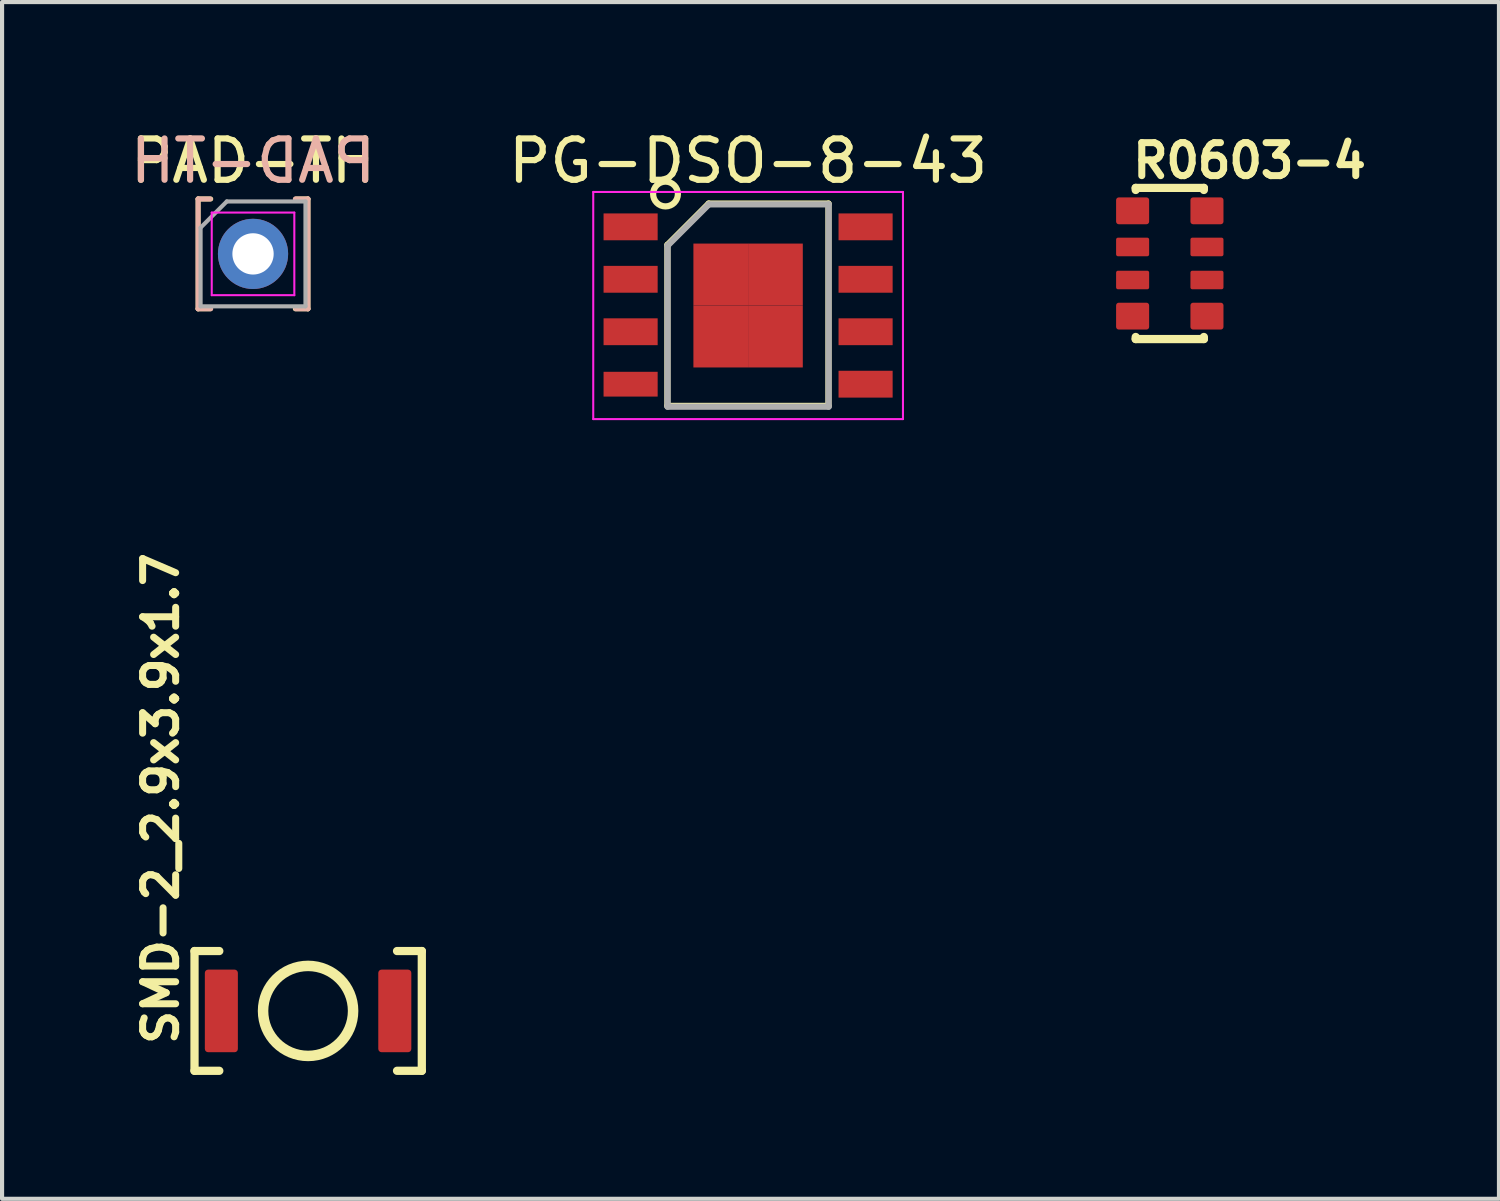
<source format=kicad_pcb>
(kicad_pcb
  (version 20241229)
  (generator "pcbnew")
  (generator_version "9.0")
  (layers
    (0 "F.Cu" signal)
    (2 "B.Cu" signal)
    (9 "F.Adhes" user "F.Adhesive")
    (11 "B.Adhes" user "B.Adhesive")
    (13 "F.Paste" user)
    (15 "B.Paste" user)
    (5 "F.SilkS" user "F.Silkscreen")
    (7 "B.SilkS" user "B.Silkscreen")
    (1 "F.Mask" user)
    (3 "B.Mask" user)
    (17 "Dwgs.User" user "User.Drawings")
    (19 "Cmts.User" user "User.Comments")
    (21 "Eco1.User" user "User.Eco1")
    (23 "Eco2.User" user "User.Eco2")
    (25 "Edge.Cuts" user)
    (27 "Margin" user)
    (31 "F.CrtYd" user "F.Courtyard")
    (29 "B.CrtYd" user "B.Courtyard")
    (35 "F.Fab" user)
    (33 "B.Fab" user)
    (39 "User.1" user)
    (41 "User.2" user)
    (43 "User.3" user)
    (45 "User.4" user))
  (footprint "PAD-TH"
    (layer "F.Cu")
    (at 3.077 3.098)
    (property "Reference" "PAD-TH" (at 0 -2.25 0) (layer "F.SilkS") (effects (font (size 1 1) (thickness 0.15))))
    (attr through_hole)
    (fp_line (start -1.33 -1.33) (end -1.33 1.33) (stroke (width 0.12) (type solid)) (layer "F.SilkS"))
    (fp_line (start -1.036 1.33) (end -1.33 1.33) (stroke (width 0.12) (type solid)) (layer "F.SilkS"))
    (fp_line (start -1.024 -1.33) (end -1.33 -1.33) (stroke (width 0.12) (type solid)) (layer "F.SilkS"))
    (fp_line (start 1.024 1.33) (end 1.33 1.33) (stroke (width 0.12) (type solid)) (layer "F.SilkS"))
    (fp_line (start 1.036 -1.33) (end 1.33 -1.33) (stroke (width 0.12) (type solid)) (layer "F.SilkS"))
    (fp_line (start 1.33 1.33) (end 1.33 -1.33) (stroke (width 0.12) (type solid)) (layer "F.SilkS"))
    (fp_line (start -1.33 1.33) (end -1.33 -1.33) (stroke (width 0.12) (type solid)) (layer "B.SilkS"))
    (fp_line (start -1.036 -1.33) (end -1.33 -1.33) (stroke (width 0.12) (type solid)) (layer "B.SilkS"))
    (fp_line (start -1.024 1.33) (end -1.33 1.33) (stroke (width 0.12) (type solid)) (layer "B.SilkS"))
    (fp_line (start 1.024 -1.33) (end 1.33 -1.33) (stroke (width 0.12) (type solid)) (layer "B.SilkS"))
    (fp_line (start 1.036 1.33) (end 1.33 1.33) (stroke (width 0.12) (type solid)) (layer "B.SilkS"))
    (fp_line (start 1.33 -1.33) (end 1.33 1.33) (stroke (width 0.12) (type solid)) (layer "B.SilkS"))
    (fp_line (start -1 -1) (end -1 1) (stroke (width 0.05) (type solid)) (layer "F.CrtYd"))
    (fp_line (start -1 1) (end 1 1) (stroke (width 0.05) (type solid)) (layer "F.CrtYd"))
    (fp_line (start 1 -1) (end -1 -1) (stroke (width 0.05) (type solid)) (layer "F.CrtYd"))
    (fp_line (start 1 1) (end 1 -1) (stroke (width 0.05) (type solid)) (layer "F.CrtYd"))
    (fp_line (start -1.27 -0.635) (end -0.635 -1.27) (stroke (width 0.1) (type solid)) (layer "F.Fab"))
    (fp_line (start -1.27 1.27) (end -1.27 -0.635) (stroke (width 0.1) (type solid)) (layer "F.Fab"))
    (fp_line (start -0.635 -1.27) (end 1.27 -1.27) (stroke (width 0.1) (type solid)) (layer "F.Fab"))
    (fp_line (start 1.27 -1.27) (end 1.27 1.27) (stroke (width 0.1) (type solid)) (layer "F.Fab"))
    (fp_line (start 1.27 1.27) (end -1.27 1.27) (stroke (width 0.1) (type solid)) (layer "F.Fab"))
    (fp_text user "${REFERENCE}" (at 0 -2.25 0) (layer "B.SilkS") (effects (font (size 1 1) (thickness 0.15)) (justify mirror)))
    (pad "1" thru_hole circle (at 0 0) (size 1.7 1.7) (drill 1) (layers "*.Cu" "*.Mask")))
  (footprint "SMD-2_2.9x3.9x1.7"
    (layer "F.Cu")
    (at 4.41 21.429)
    (property "Reference" "SMD-2_2.9x3.9x1.7" (at -3.1 0.891 90) (unlocked yes) (layer "F.SilkS") (effects (font (size 0.8 0.8) (thickness 0.17)) (justify left bottom)))
    (fp_line (start -2.75 -1.45) (end -2.15 -1.45) (stroke (width 0.2) (type solid)) (layer "F.SilkS"))
    (fp_line (start -2.75 1.45) (end -2.75 -1.45) (stroke (width 0.2) (type solid)) (layer "F.SilkS"))
    (fp_line (start -2.75 1.45) (end -2.15 1.45) (stroke (width 0.2) (type solid)) (layer "F.SilkS"))
    (fp_line (start 2.154 -1.45) (end 2.754 -1.45) (stroke (width 0.2) (type solid)) (layer "F.SilkS"))
    (fp_line (start 2.154 1.45) (end 2.754 1.45) (stroke (width 0.2) (type solid)) (layer "F.SilkS"))
    (fp_line (start 2.754 1.45) (end 2.754 -1.45) (stroke (width 0.2) (type solid)) (layer "F.SilkS"))
    (fp_circle (center 0 0) (end 0 -1.09) (stroke (width 0.254) (type solid)) (fill no) (layer "F.SilkS"))
    (pad "1" smd roundrect (at -2.1 0) (size 0.8 2) (layers "F.Cu" "F.Mask" "F.Paste") (roundrect_rratio 0.1))
    (pad "2" smd roundrect (at 2.1 0) (size 0.8 2) (layers "F.Cu" "F.Mask" "F.Paste") (roundrect_rratio 0.1)))
  (footprint "R0603-4"
    (layer "F.Cu")
    (at 25.276 3.33)
    (property "Reference" "R0603-4" (at -0.98 -2.02 0) (unlocked yes) (layer "F.SilkS") (effects (font (size 0.8 0.8) (thickness 0.17)) (justify left bottom)))
    (fp_line (start -0.825 -1.83) (end -0.825 -1.78) (stroke (width 0.2) (type solid)) (layer "F.SilkS"))
    (fp_line (start -0.825 -1.83) (end 0.825 -1.83) (stroke (width 0.2) (type solid)) (layer "F.SilkS"))
    (fp_line (start -0.825 1.78) (end -0.825 1.83) (stroke (width 0.2) (type solid)) (layer "F.SilkS"))
    (fp_line (start -0.825 1.83) (end 0.825 1.83) (stroke (width 0.2) (type solid)) (layer "F.SilkS"))
    (fp_line (start 0.825 -1.83) (end 0.825 -1.78) (stroke (width 0.2) (type solid)) (layer "F.SilkS"))
    (fp_line (start 0.825 1.78) (end 0.825 1.83) (stroke (width 0.2) (type solid)) (layer "F.SilkS"))
    (pad "1" smd roundrect (at -0.9 -1.275 270) (size 0.65 0.8) (layers "F.Cu" "F.Mask" "F.Paste") (roundrect_rratio 0.1))
    (pad "2" smd roundrect (at -0.9 -0.4 270) (size 0.45 0.8) (layers "F.Cu" "F.Mask" "F.Paste") (roundrect_rratio 0.1))
    (pad "3" smd roundrect (at -0.9 0.4 270) (size 0.45 0.8) (layers "F.Cu" "F.Mask" "F.Paste") (roundrect_rratio 0.1))
    (pad "4" smd roundrect (at -0.9 1.275 270) (size 0.65 0.8) (layers "F.Cu" "F.Mask" "F.Paste") (roundrect_rratio 0.1))
    (pad "5" smd roundrect (at 0.9 1.275 270) (size 0.65 0.8) (layers "F.Cu" "F.Mask" "F.Paste") (roundrect_rratio 0.1))
    (pad "6" smd roundrect (at 0.9 0.4 270) (size 0.45 0.8) (layers "F.Cu" "F.Mask" "F.Paste") (roundrect_rratio 0.1))
    (pad "7" smd roundrect (at 0.9 -0.4 270) (size 0.45 0.8) (layers "F.Cu" "F.Mask" "F.Paste") (roundrect_rratio 0.1))
    (pad "8" smd roundrect (at 0.9 -1.275 270) (size 0.65 0.8) (layers "F.Cu" "F.Mask" "F.Paste") (roundrect_rratio 0.1)))
  (footprint "PG-DSO-8-43"
    (layer "F.Cu")
    (at 15.065 4.348)
    (property "Reference" "PG-DSO-8-43" (at 0 -3.5 0) (layer "F.SilkS") (effects (font (size 1 1) (thickness 0.15))))
    (attr smd)
    (fp_line (start -1.954 -1.469) (end -0.954 -2.469) (stroke (width 0.15) (type solid)) (layer "F.SilkS"))
    (fp_line (start -1.954 2.431) (end -1.954 -1.469) (stroke (width 0.15) (type solid)) (layer "F.SilkS"))
    (fp_line (start -0.954 -2.469) (end 1.946 -2.469) (stroke (width 0.15) (type solid)) (layer "F.SilkS"))
    (fp_line (start 1.946 -2.469) (end 1.946 2.431) (stroke (width 0.15) (type solid)) (layer "F.SilkS"))
    (fp_line (start 1.946 2.431) (end -1.954 2.431) (stroke (width 0.15) (type solid)) (layer "F.SilkS"))
    (fp_circle (center -2 -2.7) (end -2 -2.4) (stroke (width 0.15) (type solid)) (fill no) (layer "F.SilkS"))
    (fp_line (start -3.75 -2.75) (end -3.75 2.75) (stroke (width 0.05) (type solid)) (layer "F.CrtYd"))
    (fp_line (start -3.75 -2.75) (end 3.75 -2.75) (stroke (width 0.05) (type solid)) (layer "F.CrtYd"))
    (fp_line (start -3.75 2.75) (end 3.75 2.75) (stroke (width 0.05) (type solid)) (layer "F.CrtYd"))
    (fp_line (start 3.75 -2.75) (end 3.75 2.75) (stroke (width 0.05) (type solid)) (layer "F.CrtYd"))
    (fp_line (start -1.95 -1.45) (end -0.95 -2.45) (stroke (width 0.15) (type solid)) (layer "F.Fab"))
    (fp_line (start -1.95 2.45) (end -1.95 -1.45) (stroke (width 0.15) (type solid)) (layer "F.Fab"))
    (fp_line (start -0.95 -2.45) (end 1.95 -2.45) (stroke (width 0.15) (type solid)) (layer "F.Fab"))
    (fp_line (start 1.95 -2.45) (end 1.95 2.45) (stroke (width 0.15) (type solid)) (layer "F.Fab"))
    (fp_line (start 1.95 2.45) (end -1.95 2.45) (stroke (width 0.15) (type solid)) (layer "F.Fab"))
    (pad "1" smd rect (at -2.845 -1.905) (size 1.31 0.65) (layers "F.Cu" "F.Mask" "F.Paste"))
    (pad "2" smd rect (at -2.845 -0.635) (size 1.31 0.65) (layers "F.Cu" "F.Mask" "F.Paste"))
    (pad "3" smd rect (at -2.845 0.635) (size 1.31 0.65) (layers "F.Cu" "F.Mask" "F.Paste"))
    (pad "4" smd rect (at -2.845 1.905) (size 1.31 0.6) (layers "F.Cu" "F.Mask" "F.Paste"))
    (pad "5" smd rect (at 2.845 1.905) (size 1.31 0.65) (layers "F.Cu" "F.Mask" "F.Paste"))
    (pad "6" smd rect (at 2.845 0.635) (size 1.31 0.65) (layers "F.Cu" "F.Mask" "F.Paste"))
    (pad "7" smd rect (at 2.845 -0.635) (size 1.31 0.65) (layers "F.Cu" "F.Mask" "F.Paste"))
    (pad "8" smd rect (at 2.845 -1.905) (size 1.31 0.65) (layers "F.Cu" "F.Mask" "F.Paste"))
    (pad "9" smd rect (at -0.662 -0.75) (size 1.325 1.5) (layers "F.Cu" "F.Mask" "F.Paste"))
    (pad "9" smd rect (at -0.662 0.75) (size 1.325 1.5) (layers "F.Cu" "F.Mask" "F.Paste"))
    (pad "9" smd rect (at 0.662 -0.75) (size 1.325 1.5) (layers "F.Cu" "F.Mask" "F.Paste"))
    (pad "9" smd rect (at 0.662 0.75) (size 1.325 1.5) (layers "F.Cu" "F.Mask" "F.Paste")))
  (gr_rect
    (start -3 -3)
    (end 33.247 25.979)
    (stroke (width 0.1) (type default))
    (fill no)
    (layer "Edge.Cuts")))
</source>
